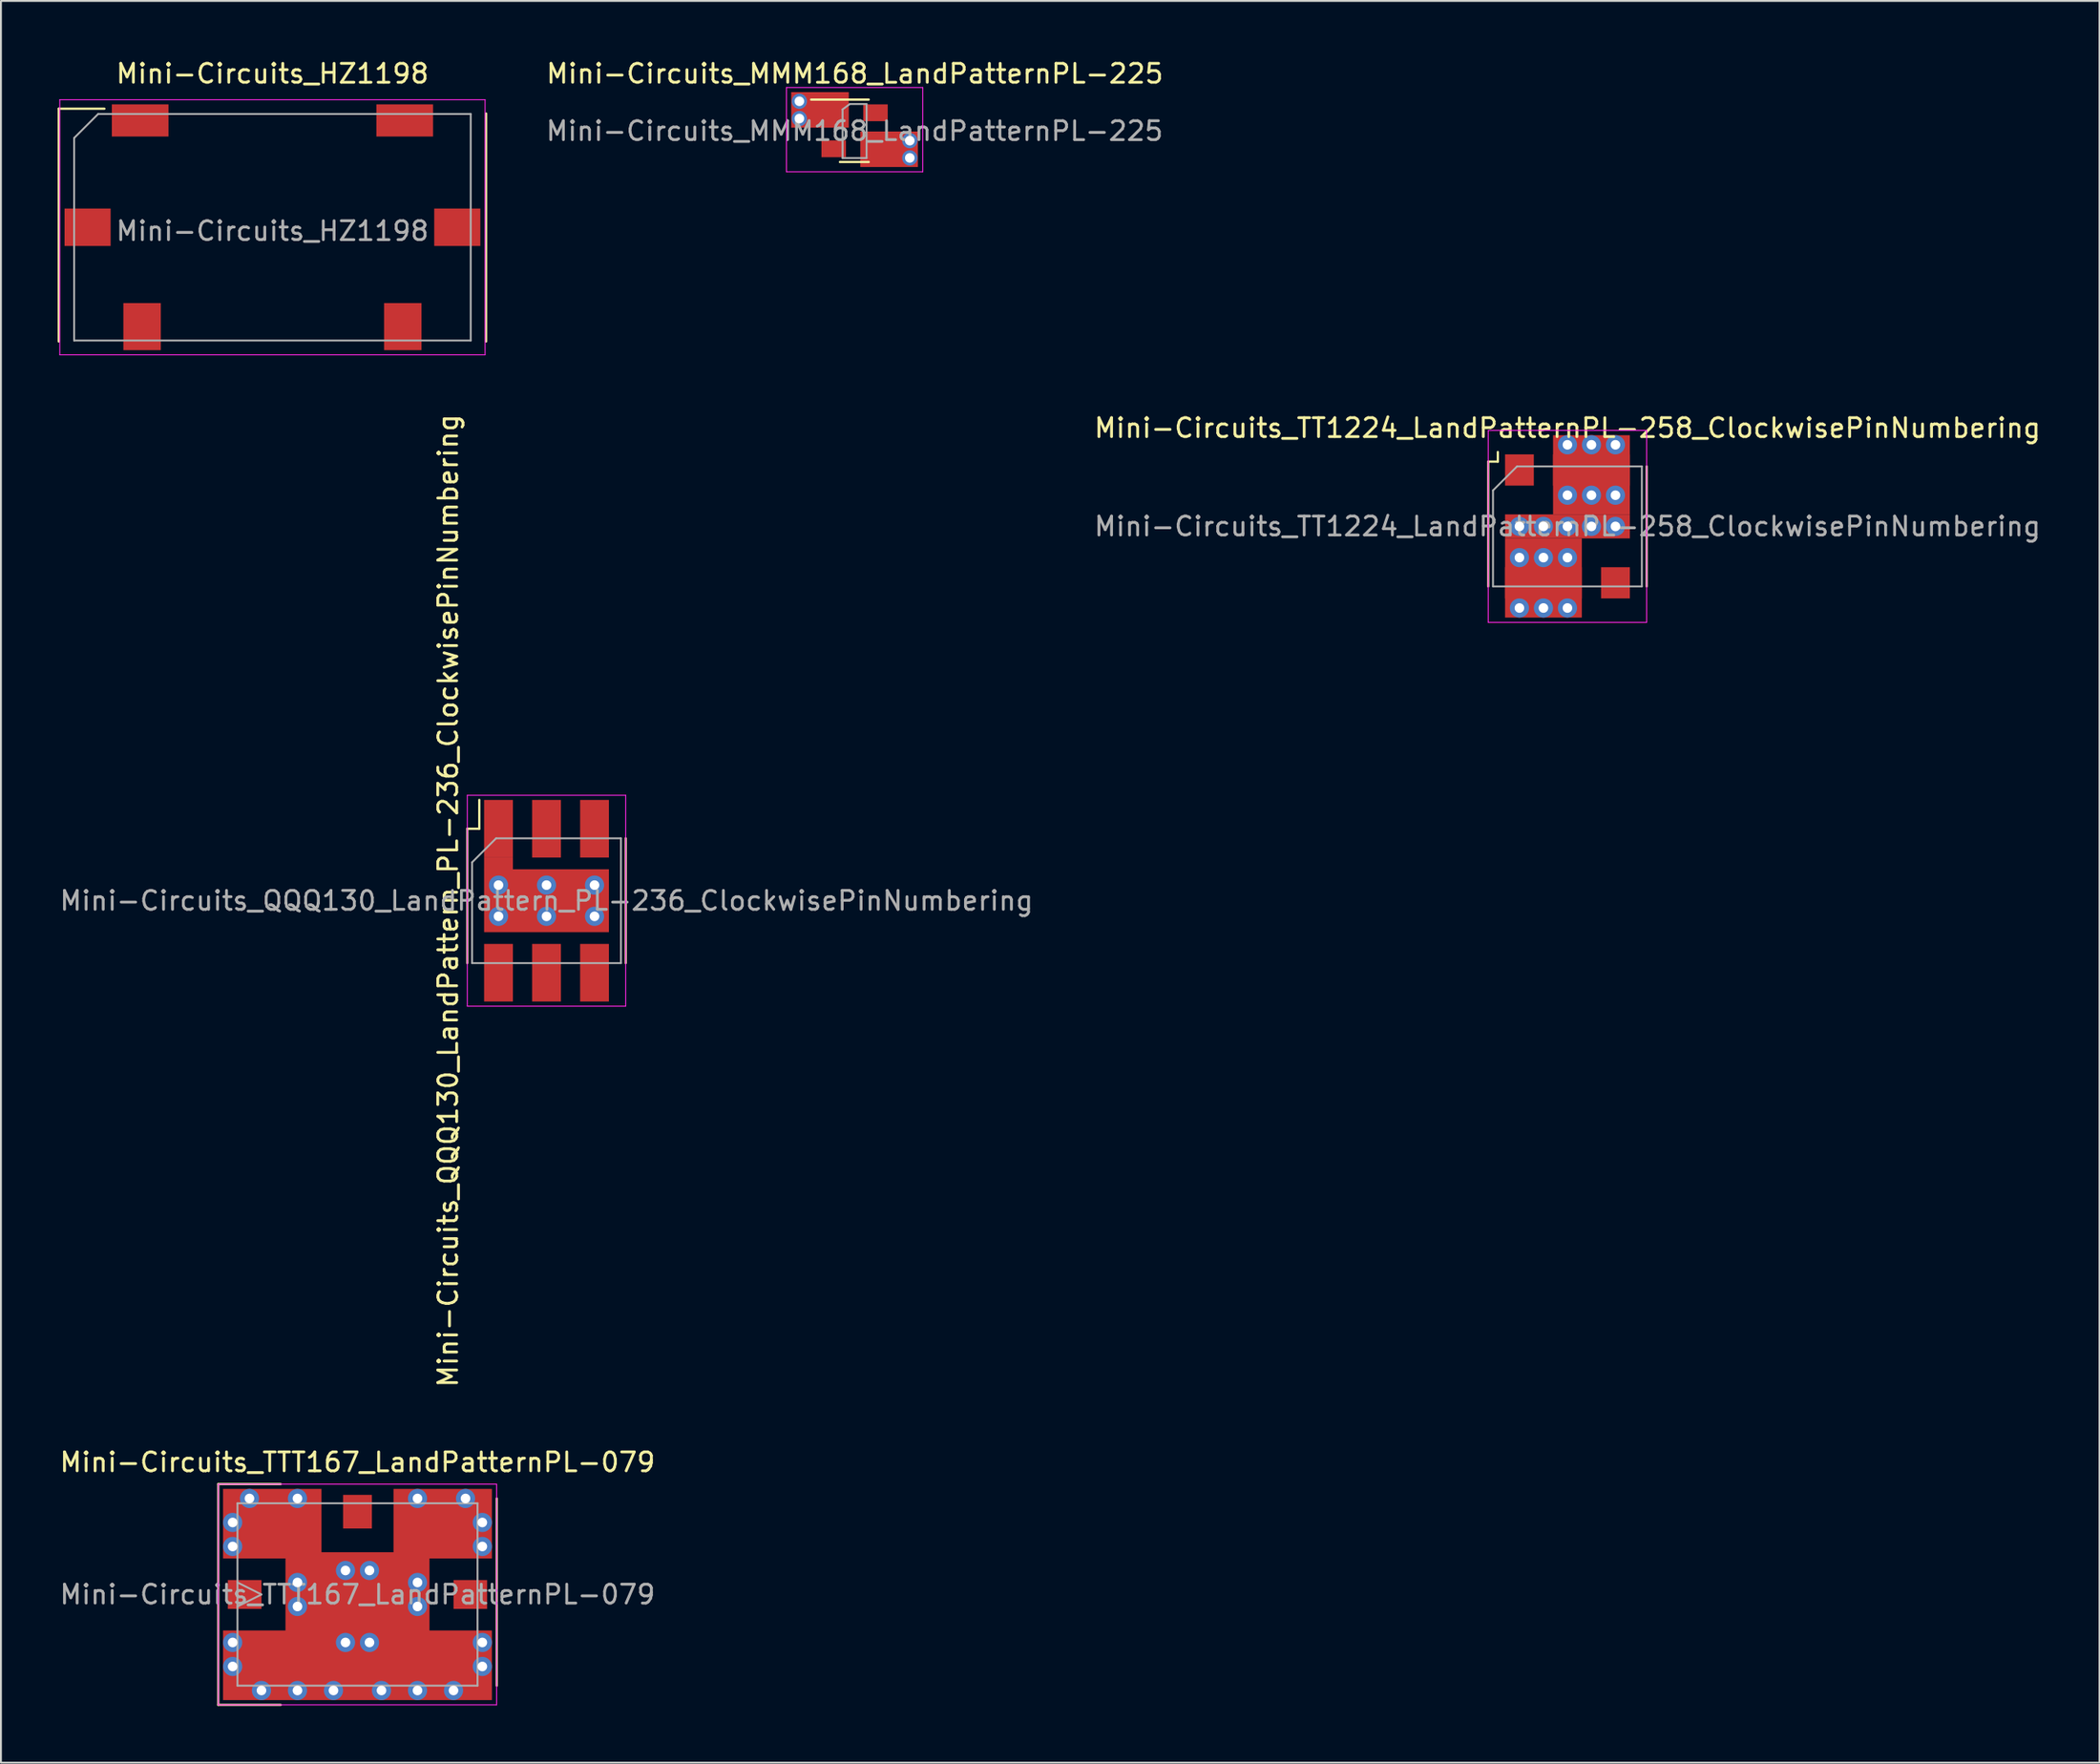
<source format=kicad_pcb>
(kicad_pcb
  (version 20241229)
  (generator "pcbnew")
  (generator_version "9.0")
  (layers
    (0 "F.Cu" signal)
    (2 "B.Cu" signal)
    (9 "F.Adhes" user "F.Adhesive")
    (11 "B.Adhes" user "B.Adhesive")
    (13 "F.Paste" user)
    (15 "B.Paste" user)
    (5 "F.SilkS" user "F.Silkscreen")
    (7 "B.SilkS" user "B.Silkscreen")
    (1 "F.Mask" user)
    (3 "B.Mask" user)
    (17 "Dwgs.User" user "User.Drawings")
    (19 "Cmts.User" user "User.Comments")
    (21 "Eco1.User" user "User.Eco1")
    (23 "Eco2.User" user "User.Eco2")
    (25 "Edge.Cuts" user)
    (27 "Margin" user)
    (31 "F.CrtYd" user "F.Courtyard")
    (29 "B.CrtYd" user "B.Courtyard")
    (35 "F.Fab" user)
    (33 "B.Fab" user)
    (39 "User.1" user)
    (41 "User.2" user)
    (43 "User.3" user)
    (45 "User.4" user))
  (footprint "Mini-Circuits_QQQ130_LandPattern_PL-236_ClockwisePinNumbering"
    (layer "F.Cu")
    (at 25.863 44.614)
    (property "Reference" "Mini-Circuits_QQQ130_LandPattern_PL-236_ClockwisePinNumbering" (at -5.207 0 90) (layer "F.SilkS") (effects (font (size 1 1) (thickness 0.15))))
    (attr smd)
    (fp_line (start -4.191 -3.81) (end -4.191 3.302) (stroke (width 0.12) (type solid)) (layer "F.SilkS"))
    (fp_line (start -3.556 -3.81) (end -4.191 -3.81) (stroke (width 0.12) (type solid)) (layer "F.SilkS"))
    (fp_line (start -3.556 -3.81) (end -3.556 -5.334) (stroke (width 0.12) (type solid)) (layer "F.SilkS"))
    (fp_line (start 4.191 -3.302) (end 4.191 3.302) (stroke (width 0.12) (type solid)) (layer "F.SilkS"))
    (fp_line (start -4.19 5.58) (end -4.19 -5.58) (stroke (width 0.05) (type solid)) (layer "F.CrtYd"))
    (fp_line (start -4.19 5.58) (end 4.19 5.58) (stroke (width 0.05) (type solid)) (layer "F.CrtYd"))
    (fp_line (start 4.19 -5.58) (end -4.19 -5.58) (stroke (width 0.05) (type solid)) (layer "F.CrtYd"))
    (fp_line (start 4.19 -5.58) (end 4.19 5.58) (stroke (width 0.05) (type solid)) (layer "F.CrtYd"))
    (fp_line (start -3.937 3.302) (end -3.937 -2.032) (stroke (width 0.1) (type solid)) (layer "F.Fab"))
    (fp_line (start -3.937 3.302) (end 3.937 3.302) (stroke (width 0.1) (type solid)) (layer "F.Fab"))
    (fp_line (start -2.667 -3.302) (end -3.937 -2.032) (stroke (width 0.1) (type solid)) (layer "F.Fab"))
    (fp_line (start 3.937 -3.302) (end -2.667 -3.302) (stroke (width 0.1) (type solid)) (layer "F.Fab"))
    (fp_line (start 3.937 -3.302) (end 3.937 3.302) (stroke (width 0.1) (type solid)) (layer "F.Fab"))
    (fp_text user "${REFERENCE}" (at 0 0 180) (layer "F.Fab") (effects (font (size 1 1) (thickness 0.15))))
    (pad "1" smd rect (at -2.54 -3.81) (size 1.524 3.048) (layers "F.Cu" "F.Mask" "F.Paste"))
    (pad "1" smd rect (at -2.54 -1.968 90) (size 0.635 1.524) (layers "F.Cu"))
    (pad "1" thru_hole circle (at -2.54 -0.826) (size 1.016 1.016) (drill 0.508) (layers "*.Cu"))
    (pad "1" thru_hole circle (at -2.54 0.826) (size 1.016 1.016) (drill 0.508) (layers "*.Cu"))
    (pad "1" thru_hole circle (at 0 -0.826) (size 1.016 1.016) (drill 0.508) (layers "*.Cu"))
    (pad "1" smd rect (at 0 0 90) (size 3.327 6.604) (layers "F.Cu"))
    (pad "1" thru_hole circle (at 0 0.826) (size 1.016 1.016) (drill 0.508) (layers "*.Cu"))
    (pad "1" thru_hole circle (at 2.54 -0.826) (size 1.016 1.016) (drill 0.508) (layers "*.Cu"))
    (pad "1" thru_hole circle (at 2.54 0.826) (size 1.016 1.016) (drill 0.508) (layers "*.Cu"))
    (pad "2" smd rect (at 0 -3.81) (size 1.524 3.048) (layers "F.Cu" "F.Mask" "F.Paste"))
    (pad "3" smd rect (at 2.54 -3.81) (size 1.524 3.048) (layers "F.Cu" "F.Mask" "F.Paste"))
    (pad "4" smd rect (at 2.54 3.81) (size 1.524 3.048) (layers "F.Cu" "F.Mask" "F.Paste"))
    (pad "5" smd rect (at 0 3.81) (size 1.524 3.048) (layers "F.Cu" "F.Mask" "F.Paste"))
    (pad "6" smd rect (at -2.54 3.81) (size 1.524 3.048) (layers "F.Cu" "F.Mask" "F.Paste")))
  (footprint "Mini-Circuits_HZ1198"
    (layer "F.Cu")
    (at 11.363 8.976)
    (property "Reference" "Mini-Circuits_HZ1198" (at 0 -8.128 0) (layer "F.SilkS") (effects (font (size 1 1) (thickness 0.15))))
    (attr smd)
    (fp_line (start -11.303 -6.274) (end -11.303 6.045) (stroke (width 0.12) (type solid)) (layer "F.SilkS"))
    (fp_line (start -8.89 -6.274) (end -11.303 -6.274) (stroke (width 0.12) (type solid)) (layer "F.SilkS"))
    (fp_line (start 11.303 -6.02) (end 11.303 6.045) (stroke (width 0.12) (type solid)) (layer "F.SilkS"))
    (fp_line (start -11.25 -6.75) (end -11.25 6.75) (stroke (width 0.05) (type solid)) (layer "F.CrtYd"))
    (fp_line (start -11.25 -6.75) (end 11.25 -6.75) (stroke (width 0.05) (type solid)) (layer "F.CrtYd"))
    (fp_line (start 11.25 6.75) (end -11.25 6.75) (stroke (width 0.05) (type solid)) (layer "F.CrtYd"))
    (fp_line (start 11.25 6.75) (end 11.25 -6.75) (stroke (width 0.05) (type solid)) (layer "F.CrtYd"))
    (fp_line (start -10.49 -4.724) (end -9.22 -5.994) (stroke (width 0.1) (type solid)) (layer "F.Fab"))
    (fp_line (start -10.49 5.994) (end -10.49 -4.724) (stroke (width 0.1) (type solid)) (layer "F.Fab"))
    (fp_line (start -9.22 -5.994) (end 10.49 -5.994) (stroke (width 0.1) (type solid)) (layer "F.Fab"))
    (fp_line (start 10.49 -5.994) (end 10.49 5.994) (stroke (width 0.1) (type solid)) (layer "F.Fab"))
    (fp_line (start 10.49 5.994) (end -10.49 5.994) (stroke (width 0.1) (type solid)) (layer "F.Fab"))
    (fp_text user "${REFERENCE}" (at 0 0.2 0) (layer "F.Fab") (effects (font (size 1 1) (thickness 0.15))))
    (pad "1" smd rect (at -6.998 -5.652) (size 2.997 1.702) (layers "F.Cu" "F.Mask" "F.Paste"))
    (pad "2" smd rect (at 6.998 -5.652) (size 2.997 1.702) (layers "F.Cu" "F.Mask" "F.Paste"))
    (pad "3" smd rect (at 9.779 0) (size 2.438 1.981) (layers "F.Cu" "F.Mask" "F.Paste"))
    (pad "4" smd rect (at 6.896 5.258) (size 1.981 2.489) (layers "F.Cu" "F.Mask" "F.Paste"))
    (pad "5" smd rect (at -6.896 5.258) (size 1.981 2.489) (layers "F.Cu" "F.Mask" "F.Paste"))
    (pad "6" smd rect (at -9.779 0) (size 2.438 1.981) (layers "F.Cu" "F.Mask" "F.Paste")))
  (footprint "Mini-Circuits_MMM168_LandPatternPL-225"
    (layer "F.Cu")
    (at 42.148 3.871)
    (property "Reference" "Mini-Circuits_MMM168_LandPatternPL-225" (at 0.025 -3.023 0) (layer "F.SilkS") (effects (font (size 1 1) (thickness 0.15))))
    (attr smd)
    (fp_line (start 0.762 -1.651) (end -2.286 -1.651) (stroke (width 0.12) (type solid)) (layer "F.SilkS"))
    (fp_line (start 0.762 1.651) (end -0.762 1.651) (stroke (width 0.12) (type solid)) (layer "F.SilkS"))
    (fp_line (start -3.59 -2.29) (end -3.59 2.17) (stroke (width 0.05) (type solid)) (layer "F.CrtYd"))
    (fp_line (start -3.59 -2.29) (end 3.62 -2.29) (stroke (width 0.05) (type solid)) (layer "F.CrtYd"))
    (fp_line (start 3.62 2.17) (end -3.59 2.17) (stroke (width 0.05) (type solid)) (layer "F.CrtYd"))
    (fp_line (start 3.62 2.17) (end 3.62 -2.29) (stroke (width 0.05) (type solid)) (layer "F.CrtYd"))
    (fp_line (start -0.622 -1.13) (end -0.241 -1.416) (stroke (width 0.1) (type solid)) (layer "F.Fab"))
    (fp_line (start -0.622 1.441) (end -0.622 -1.13) (stroke (width 0.1) (type solid)) (layer "F.Fab"))
    (fp_line (start -0.241 -1.416) (end 0.648 -1.416) (stroke (width 0.1) (type solid)) (layer "F.Fab"))
    (fp_line (start 0.648 -1.416) (end 0.648 1.441) (stroke (width 0.1) (type solid)) (layer "F.Fab"))
    (fp_line (start 0.648 1.441) (end -0.622 1.441) (stroke (width 0.1) (type solid)) (layer "F.Fab"))
    (fp_text user "${REFERENCE}" (at 0.013 0.013 0) (layer "F.Fab") (effects (font (size 1 1) (thickness 0.15))))
    (pad "1" thru_hole circle (at -2.908 -1.562) (size 0.808 0.808) (drill 0.508) (layers "*.Cu"))
    (pad "1" thru_hole circle (at -2.908 -0.648) (size 0.808 0.808) (drill 0.508) (layers "*.Cu"))
    (pad "1" smd rect (at -1.816 -1.105 90) (size 1.88 3.048) (layers "F.Cu"))
    (pad "1" smd rect (at -1.092 -0.953 90) (size 0.889 1.295) (layers "F.Cu" "F.Mask" "F.Paste"))
    (pad "2" smd rect (at 1.118 -0.953 90) (size 0.889 1.295) (layers "F.Cu" "F.Mask" "F.Paste"))
    (pad "3" smd rect (at 1.118 0.749 90) (size 1.194 1.295) (layers "F.Cu" "F.Mask" "F.Paste"))
    (pad "3" smd rect (at 1.841 0.978 90) (size 1.88 3.048) (layers "F.Cu"))
    (pad "3" thru_hole circle (at 2.934 0.521) (size 0.808 0.808) (drill 0.508) (layers "*.Cu"))
    (pad "3" thru_hole circle (at 2.934 1.435) (size 0.808 0.808) (drill 0.508) (layers "*.Cu"))
    (pad "4" smd rect (at -1.092 0.953 90) (size 0.889 1.295) (layers "F.Cu" "F.Mask" "F.Paste")))
  (footprint "Mini-Circuits_TT1224_LandPatternPL-258_ClockwisePinNumbering"
    (layer "F.Cu")
    (at 79.875 24.806)
    (property "Reference" "Mini-Circuits_TT1224_LandPatternPL-258_ClockwisePinNumbering" (at 0 -5.207 0) (layer "F.SilkS") (effects (font (size 1 1) (thickness 0.15))))
    (attr smd)
    (fp_line (start -4.191 -3.429) (end -3.683 -3.429) (stroke (width 0.12) (type solid)) (layer "F.SilkS"))
    (fp_line (start -4.191 3.175) (end -4.191 -3.429) (stroke (width 0.12) (type solid)) (layer "F.SilkS"))
    (fp_line (start -3.683 -3.429) (end -3.683 -3.937) (stroke (width 0.12) (type solid)) (layer "F.SilkS"))
    (fp_line (start 4.191 -3.175) (end 4.191 3.175) (stroke (width 0.12) (type solid)) (layer "F.SilkS"))
    (fp_line (start -4.19 5.08) (end -4.19 -5.08) (stroke (width 0.05) (type solid)) (layer "F.CrtYd"))
    (fp_line (start -4.19 5.08) (end 4.19 5.08) (stroke (width 0.05) (type solid)) (layer "F.CrtYd"))
    (fp_line (start 4.19 -5.08) (end -4.19 -5.08) (stroke (width 0.05) (type solid)) (layer "F.CrtYd"))
    (fp_line (start 4.19 -5.08) (end 4.19 5.08) (stroke (width 0.05) (type solid)) (layer "F.CrtYd"))
    (fp_line (start -3.937 3.175) (end -3.937 -1.905) (stroke (width 0.1) (type solid)) (layer "F.Fab"))
    (fp_line (start -2.667 -3.175) (end -3.937 -1.905) (stroke (width 0.1) (type solid)) (layer "F.Fab"))
    (fp_line (start -2.667 -3.175) (end 3.937 -3.175) (stroke (width 0.1) (type solid)) (layer "F.Fab"))
    (fp_line (start 3.937 3.175) (end -3.937 3.175) (stroke (width 0.1) (type solid)) (layer "F.Fab"))
    (fp_line (start 3.937 3.175) (end 3.937 -3.175) (stroke (width 0.1) (type solid)) (layer "F.Fab"))
    (fp_text user "${REFERENCE}" (at 0 0 180) (layer "F.Fab") (effects (font (size 1 1) (thickness 0.15))))
    (pad "1" smd rect (at -2.54 -2.985 270) (size 1.651 1.524) (layers "F.Cu" "F.Mask" "F.Paste"))
    (pad "2" thru_hole circle (at -2.54 0 90) (size 1.016 1.016) (drill 0.508) (layers "*.Cu"))
    (pad "2" thru_hole circle (at -2.54 1.651 90) (size 1.016 1.016) (drill 0.508) (layers "*.Cu"))
    (pad "2" thru_hole circle (at -2.54 4.318 90) (size 1.016 1.016) (drill 0.508) (layers "*.Cu"))
    (pad "2" thru_hole circle (at -1.27 0 90) (size 1.016 1.016) (drill 0.508) (layers "*.Cu"))
    (pad "2" thru_hole circle (at -1.27 1.651 90) (size 1.016 1.016) (drill 0.508) (layers "*.Cu"))
    (pad "2" smd rect (at -1.27 2.731 90) (size 4.191 4.064) (layers "F.Cu"))
    (pad "2" thru_hole circle (at -1.27 4.318 90) (size 1.016 1.016) (drill 0.508) (layers "*.Cu"))
    (pad "2" thru_hole circle (at 0 -4.318 90) (size 1.016 1.016) (drill 0.508) (layers "*.Cu"))
    (pad "2" smd rect (at 0 -2.985 270) (size 1.651 1.524) (layers "F.Cu" "F.Mask" "F.Paste"))
    (pad "2" thru_hole circle (at 0 -1.651 90) (size 1.016 1.016) (drill 0.508) (layers "*.Cu"))
    (pad "2" thru_hole circle (at 0 0 90) (size 1.016 1.016) (drill 0.508) (layers "*.Cu"))
    (pad "2" smd rect (at 0 0 90) (size 1.27 6.604) (layers "F.Cu"))
    (pad "2" thru_hole circle (at 0 1.651 90) (size 1.016 1.016) (drill 0.508) (layers "*.Cu"))
    (pad "2" thru_hole circle (at 0 4.318 90) (size 1.016 1.016) (drill 0.508) (layers "*.Cu"))
    (pad "2" thru_hole circle (at 1.27 -4.318 90) (size 1.016 1.016) (drill 0.508) (layers "*.Cu"))
    (pad "2" smd rect (at 1.27 -2.731 90) (size 4.191 4.064) (layers "F.Cu"))
    (pad "2" thru_hole circle (at 1.27 -1.651 90) (size 1.016 1.016) (drill 0.508) (layers "*.Cu"))
    (pad "2" thru_hole circle (at 1.27 0 90) (size 1.016 1.016) (drill 0.508) (layers "*.Cu"))
    (pad "2" thru_hole circle (at 2.54 -4.318 90) (size 1.016 1.016) (drill 0.508) (layers "*.Cu"))
    (pad "2" thru_hole circle (at 2.54 -1.651 90) (size 1.016 1.016) (drill 0.508) (layers "*.Cu"))
    (pad "2" thru_hole circle (at 2.54 0 90) (size 1.016 1.016) (drill 0.508) (layers "*.Cu"))
    (pad "3" smd rect (at 2.54 -2.985 270) (size 1.651 1.524) (layers "F.Cu" "F.Mask" "F.Paste"))
    (pad "4" smd rect (at 2.54 2.985 90) (size 1.651 1.524) (layers "F.Cu" "F.Mask" "F.Paste"))
    (pad "5" smd rect (at 0 2.985 90) (size 1.651 1.524) (layers "F.Cu" "F.Mask" "F.Paste"))
    (pad "6" smd rect (at -2.54 2.985 90) (size 1.651 1.524) (layers "F.Cu" "F.Mask" "F.Paste")))
  (footprint "Mini-Circuits_TTT167_LandPatternPL-079"
    (layer "F.Cu")
    (at 15.863 81.326)
    (property "Reference" "Mini-Circuits_TTT167_LandPatternPL-079" (at 0 -7 180) (layer "F.SilkS") (effects (font (size 1 1) (thickness 0.15))))
    (attr smd)
    (fp_line (start -7.366 -5.842) (end -7.366 5.842) (stroke (width 0.12) (type solid)) (layer "F.SilkS"))
    (fp_line (start -7.366 5.842) (end -4.064 5.842) (stroke (width 0.12) (type solid)) (layer "F.SilkS"))
    (fp_line (start -4.064 -5.842) (end -7.366 -5.842) (stroke (width 0.12) (type solid)) (layer "F.SilkS"))
    (fp_line (start 7.366 4.826) (end 7.366 -5.08) (stroke (width 0.12) (type solid)) (layer "F.SilkS"))
    (fp_line (start -7.36 -5.84) (end -7.36 5.84) (stroke (width 0.05) (type solid)) (layer "F.CrtYd"))
    (fp_line (start -7.36 -5.84) (end 7.36 -5.84) (stroke (width 0.05) (type solid)) (layer "F.CrtYd"))
    (fp_line (start 7.36 5.84) (end -7.36 5.84) (stroke (width 0.05) (type solid)) (layer "F.CrtYd"))
    (fp_line (start 7.36 5.84) (end 7.36 -5.84) (stroke (width 0.05) (type solid)) (layer "F.CrtYd"))
    (fp_line (start -6.35 -4.826) (end 6.35 -4.826) (stroke (width 0.1) (type solid)) (layer "F.Fab"))
    (fp_line (start -6.35 -0.635) (end -5.08 0) (stroke (width 0.1) (type solid)) (layer "F.Fab"))
    (fp_line (start -6.35 4.826) (end -6.35 -4.826) (stroke (width 0.1) (type solid)) (layer "F.Fab"))
    (fp_line (start -5.08 0) (end -6.35 0.635) (stroke (width 0.1) (type solid)) (layer "F.Fab"))
    (fp_line (start 6.35 -4.826) (end 6.35 4.826) (stroke (width 0.1) (type solid)) (layer "F.Fab"))
    (fp_line (start 6.35 4.826) (end -6.35 4.826) (stroke (width 0.1) (type solid)) (layer "F.Fab"))
    (fp_text user "${REFERENCE}" (at 0 0 180) (layer "F.Fab") (effects (font (size 1 1) (thickness 0.15))))
    (pad "1" smd rect (at -5.969 0) (size 1.778 1.524) (layers "F.Cu" "F.Mask" "F.Paste"))
    (pad "2" smd rect (at 5.969 0 180) (size 1.778 1.524) (layers "F.Cu" "F.Mask" "F.Paste"))
    (pad "3" smd rect (at 0 -4.381 270) (size 1.778 1.524) (layers "F.Cu" "F.Mask" "F.Paste"))
    (pad "4" thru_hole circle (at -6.604 -3.81 90) (size 1.016 1.016) (drill 0.508) (layers "*.Cu"))
    (pad "4" thru_hole circle (at -6.604 -2.54 90) (size 1.016 1.016) (drill 0.508) (layers "*.Cu"))
    (pad "4" thru_hole circle (at -6.604 2.54 90) (size 1.016 1.016) (drill 0.508) (layers "*.Cu"))
    (pad "4" thru_hole circle (at -6.604 3.81 90) (size 1.016 1.016) (drill 0.508) (layers "*.Cu"))
    (pad "4" thru_hole circle (at -5.715 -5.08 90) (size 1.016 1.016) (drill 0.508) (layers "*.Cu"))
    (pad "4" thru_hole circle (at -5.08 5.08 90) (size 1.016 1.016) (drill 0.508) (layers "*.Cu"))
    (pad "4" thru_hole circle (at -3.175 -5.08 90) (size 1.016 1.016) (drill 0.508) (layers "*.Cu"))
    (pad "4" thru_hole circle (at -3.175 -0.635 90) (size 1.016 1.016) (drill 0.508) (layers "*.Cu"))
    (pad "4" thru_hole circle (at -3.175 0.635 90) (size 1.016 1.016) (drill 0.508) (layers "*.Cu"))
    (pad "4" thru_hole circle (at -3.175 5.08 90) (size 1.016 1.016) (drill 0.508) (layers "*.Cu"))
    (pad "4" smd rect (at -1.905 -5.588 180) (size 5.207 3.683) (drill (offset 2.603 -1.841)) (layers "F.Cu"))
    (pad "4" thru_hole circle (at -1.27 5.08 90) (size 1.016 1.016) (drill 0.508) (layers "*.Cu"))
    (pad "4" thru_hole circle (at -0.635 -1.27 90) (size 1.016 1.016) (drill 0.508) (layers "*.Cu"))
    (pad "4" thru_hole circle (at -0.635 2.54 90) (size 1.016 1.016) (drill 0.508) (layers "*.Cu"))
    (pad "4" smd rect (at 0 0 180) (size 7.62 4.47) (layers "F.Cu"))
    (pad "4" smd rect (at 0 4.381 90) (size 1.778 1.524) (layers "F.Cu" "F.Mask" "F.Paste"))
    (pad "4" smd rect (at 0 5.588 180) (size 14.224 3.683) (drill (offset 0 1.841)) (layers "F.Cu"))
    (pad "4" thru_hole circle (at 0.635 -1.27 90) (size 1.016 1.016) (drill 0.508) (layers "*.Cu"))
    (pad "4" thru_hole circle (at 0.635 2.54 90) (size 1.016 1.016) (drill 0.508) (layers "*.Cu"))
    (pad "4" thru_hole circle (at 1.27 5.08 90) (size 1.016 1.016) (drill 0.508) (layers "*.Cu"))
    (pad "4" thru_hole circle (at 3.175 -5.08 90) (size 1.016 1.016) (drill 0.508) (layers "*.Cu"))
    (pad "4" thru_hole circle (at 3.175 -0.635 90) (size 1.016 1.016) (drill 0.508) (layers "*.Cu"))
    (pad "4" thru_hole circle (at 3.175 0.635 90) (size 1.016 1.016) (drill 0.508) (layers "*.Cu"))
    (pad "4" thru_hole circle (at 3.175 5.08 90) (size 1.016 1.016) (drill 0.508) (layers "*.Cu"))
    (pad "4" thru_hole circle (at 5.08 5.08 90) (size 1.016 1.016) (drill 0.508) (layers "*.Cu"))
    (pad "4" thru_hole circle (at 5.715 -5.08 90) (size 1.016 1.016) (drill 0.508) (layers "*.Cu"))
    (pad "4" thru_hole circle (at 6.604 -3.81 90) (size 1.016 1.016) (drill 0.508) (layers "*.Cu"))
    (pad "4" thru_hole circle (at 6.604 -2.54 90) (size 1.016 1.016) (drill 0.508) (layers "*.Cu"))
    (pad "4" thru_hole circle (at 6.604 2.54 90) (size 1.016 1.016) (drill 0.508) (layers "*.Cu"))
    (pad "4" thru_hole circle (at 6.604 3.81 90) (size 1.016 1.016) (drill 0.508) (layers "*.Cu"))
    (pad "4" smd rect (at 7.112 -5.588 180) (size 5.207 3.683) (drill (offset 2.603 -1.841)) (layers "F.Cu"))
    (pad "5" smd rect (at 4.445 -4.381 270) (size 1.778 1.524) (layers "F.Cu" "F.Mask" "F.Paste"))
    (pad "6" smd rect (at -4.445 -4.381 270) (size 1.778 1.524) (layers "F.Cu" "F.Mask" "F.Paste")))
  (gr_rect
    (start -3 -3)
    (end 108.024 90.228)
    (stroke (width 0.1) (type default))
    (fill no)
    (layer "Edge.Cuts")))
</source>
